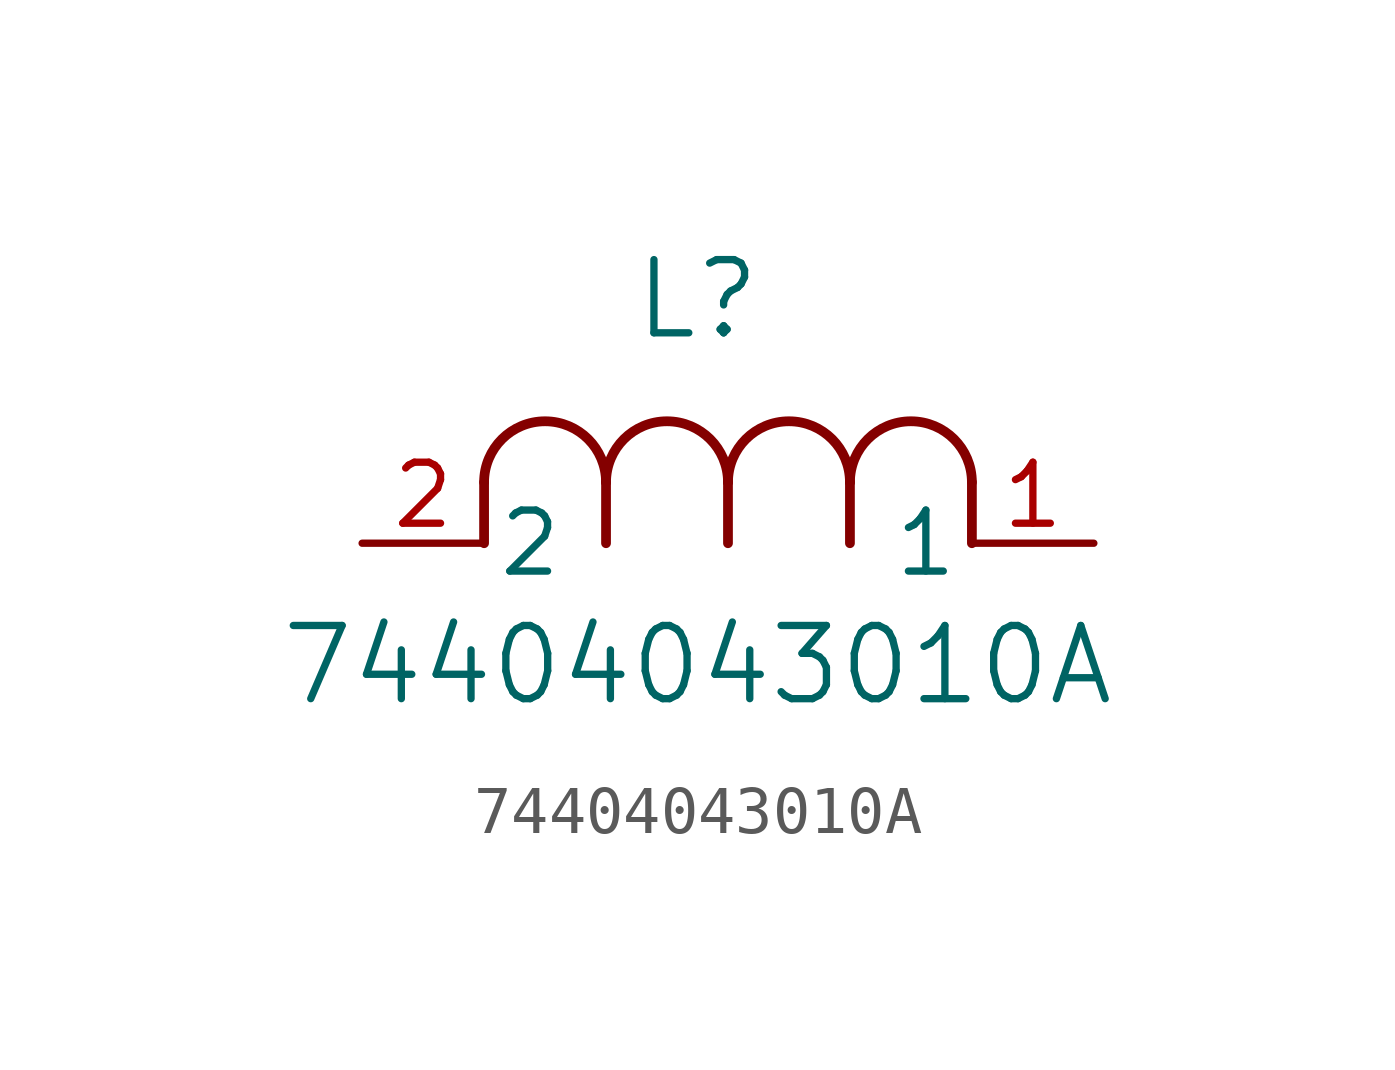
<source format=kicad_sym>
(kicad_symbol_lib
  (version 20220914)
  (generator kicad_symbol_editor)
  (symbol "74404043010A"
    (pin_names
      (offset 0.254))
    (property "Reference" "L"
      (at 6.985 5.08 0)
      (effects (font (size 1.524 1.524))))
    (property "Value" "74404043010A"
      (at 6.985 -2.54 0)
      (effects (font (size 1.524 1.524))))
    (property "ki_locked" ""
      (at 0 0 0)
      (effects (font (size 1.27 1.27))))
    (symbol "74404043010A_0_1"
      (polyline (pts (xy 2.54 0) (xy 2.54 1.27)) (stroke (width 0.203) (type default)) (fill (type none)))
      (polyline (pts (xy 5.08 0) (xy 5.08 1.27)) (stroke (width 0.203) (type default)) (fill (type none)))
      (polyline (pts (xy 7.62 0) (xy 7.62 1.27)) (stroke (width 0.203) (type default)) (fill (type none)))
      (polyline (pts (xy 10.16 0) (xy 10.16 1.27)) (stroke (width 0.203) (type default)) (fill (type none)))
      (polyline (pts (xy 12.7 0) (xy 12.7 1.27)) (stroke (width 0.203) (type default)) (fill (type none)))
      (arc (start 5.08 1.27) (mid 3.81 2.5345) (end 2.54 1.27) (stroke (width 0.2032) (type default)) (fill (type none)))
      (arc (start 7.62 1.27) (mid 6.35 2.5345) (end 5.08 1.27) (stroke (width 0.2032) (type default)) (fill (type none)))
      (arc (start 10.16 1.27) (mid 8.89 2.5345) (end 7.62 1.27) (stroke (width 0.2032) (type default)) (fill (type none)))
      (arc (start 12.7 1.27) (mid 11.43 2.5345) (end 10.16 1.27) (stroke (width 0.2032) (type default)) (fill (type none))))
    (symbol "74404043010A_1_1"
      (pin passive line (at 15.24 0 180) (length 2.54) (name "1" (effects (font (size 1.27 1.27)))) (number "1" (effects (font (size 1.27 1.27)))))
      (pin passive line (at 0 0 0) (length 2.54) (name "2" (effects (font (size 1.27 1.27)))) (number "2" (effects (font (size 1.27 1.27))))))))
</source>
